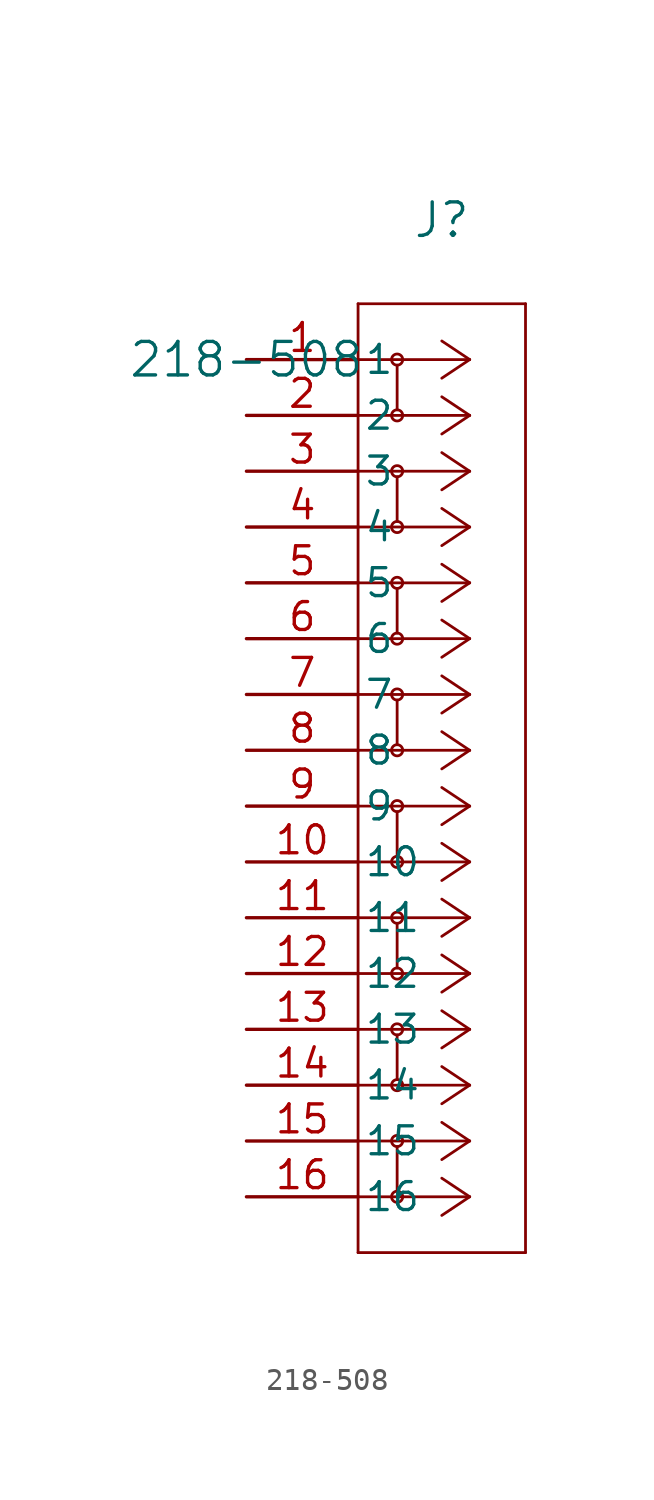
<source format=kicad_sym>
(kicad_symbol_lib
  (version 20211014)
  (generator kicad_symbol_editor)
  (symbol "218-508"
    (pin_names
      (offset 0.254))
    (property "Reference" "J"
      (at 8.89 6.35 0)
      (effects (font (size 1.524 1.524))))
    (property "Value" "218-508"
      (at 0 0 0)
      (effects (font (size 1.524 1.524))))
    (polyline
      (pts (xy 10.16 0) (xy 5.08 0))
      (stroke (width 0.127) (type default) (color 0 0 0 0))
      (fill (type none)))
    (polyline
      (pts (xy 10.16 -2.54) (xy 5.08 -2.54))
      (stroke (width 0.127) (type default) (color 0 0 0 0))
      (fill (type none)))
    (polyline
      (pts (xy 10.16 -5.08) (xy 5.08 -5.08))
      (stroke (width 0.127) (type default) (color 0 0 0 0))
      (fill (type none)))
    (polyline
      (pts (xy 10.16 -7.62) (xy 5.08 -7.62))
      (stroke (width 0.127) (type default) (color 0 0 0 0))
      (fill (type none)))
    (polyline
      (pts (xy 10.16 -5.08) (xy 8.89 -4.233))
      (stroke (width 0.127) (type default) (color 0 0 0 0))
      (fill (type none)))
    (polyline
      (pts (xy 10.16 -7.62) (xy 8.89 -6.773))
      (stroke (width 0.127) (type default) (color 0 0 0 0))
      (fill (type none)))
    (polyline
      (pts (xy 10.16 -5.08) (xy 8.89 -5.927))
      (stroke (width 0.127) (type default) (color 0 0 0 0))
      (fill (type none)))
    (polyline
      (pts (xy 10.16 -7.62) (xy 8.89 -8.467))
      (stroke (width 0.127) (type default) (color 0 0 0 0))
      (fill (type none)))
    (circle
      (center 6.858 -5.08)
      (radius 0.254)
      (stroke (width 0.127) (type default) (color 0 0 0 0))
      (fill (type none)))
    (circle
      (center 6.858 -7.62)
      (radius 0.254)
      (stroke (width 0.127) (type default) (color 0 0 0 0))
      (fill (type none)))
    (polyline
      (pts (xy 6.858 -5.334) (xy 6.858 -7.366))
      (stroke (width 0.127) (type default) (color 0 0 0 0))
      (fill (type none)))
    (polyline
      (pts (xy 10.16 -10.16) (xy 5.08 -10.16))
      (stroke (width 0.127) (type default) (color 0 0 0 0))
      (fill (type none)))
    (polyline
      (pts (xy 10.16 -12.7) (xy 5.08 -12.7))
      (stroke (width 0.127) (type default) (color 0 0 0 0))
      (fill (type none)))
    (polyline
      (pts (xy 10.16 -15.24) (xy 5.08 -15.24))
      (stroke (width 0.127) (type default) (color 0 0 0 0))
      (fill (type none)))
    (polyline
      (pts (xy 10.16 -17.78) (xy 5.08 -17.78))
      (stroke (width 0.127) (type default) (color 0 0 0 0))
      (fill (type none)))
    (polyline
      (pts (xy 10.16 -15.24) (xy 8.89 -14.393))
      (stroke (width 0.127) (type default) (color 0 0 0 0))
      (fill (type none)))
    (polyline
      (pts (xy 10.16 0) (xy 8.89 0.847))
      (stroke (width 0.127) (type default) (color 0 0 0 0))
      (fill (type none)))
    (polyline
      (pts (xy 10.16 -2.54) (xy 8.89 -1.693))
      (stroke (width 0.127) (type default) (color 0 0 0 0))
      (fill (type none)))
    (polyline
      (pts (xy 10.16 -17.78) (xy 8.89 -16.933))
      (stroke (width 0.127) (type default) (color 0 0 0 0))
      (fill (type none)))
    (polyline
      (pts (xy 10.16 -15.24) (xy 8.89 -16.087))
      (stroke (width 0.127) (type default) (color 0 0 0 0))
      (fill (type none)))
    (polyline
      (pts (xy 10.16 -17.78) (xy 8.89 -18.627))
      (stroke (width 0.127) (type default) (color 0 0 0 0))
      (fill (type none)))
    (circle
      (center 6.858 -15.24)
      (radius 0.254)
      (stroke (width 0.127) (type default) (color 0 0 0 0))
      (fill (type none)))
    (circle
      (center 6.858 -17.78)
      (radius 0.254)
      (stroke (width 0.127) (type default) (color 0 0 0 0))
      (fill (type none)))
    (polyline
      (pts (xy 6.858 -15.494) (xy 6.858 -17.526))
      (stroke (width 0.127) (type default) (color 0 0 0 0))
      (fill (type none)))
    (polyline
      (pts (xy 10.16 -10.16) (xy 8.89 -9.313))
      (stroke (width 0.127) (type default) (color 0 0 0 0))
      (fill (type none)))
    (polyline
      (pts (xy 10.16 -12.7) (xy 8.89 -11.853))
      (stroke (width 0.127) (type default) (color 0 0 0 0))
      (fill (type none)))
    (polyline
      (pts (xy 10.16 -10.16) (xy 8.89 -11.007))
      (stroke (width 0.127) (type default) (color 0 0 0 0))
      (fill (type none)))
    (polyline
      (pts (xy 10.16 -12.7) (xy 8.89 -13.547))
      (stroke (width 0.127) (type default) (color 0 0 0 0))
      (fill (type none)))
    (circle
      (center 6.858 -10.16)
      (radius 0.254)
      (stroke (width 0.127) (type default) (color 0 0 0 0))
      (fill (type none)))
    (circle
      (center 6.858 -12.7)
      (radius 0.254)
      (stroke (width 0.127) (type default) (color 0 0 0 0))
      (fill (type none)))
    (polyline
      (pts (xy 6.858 -10.414) (xy 6.858 -12.446))
      (stroke (width 0.127) (type default) (color 0 0 0 0))
      (fill (type none)))
    (polyline
      (pts (xy 10.16 -20.32) (xy 5.08 -20.32))
      (stroke (width 0.127) (type default) (color 0 0 0 0))
      (fill (type none)))
    (polyline
      (pts (xy 10.16 0) (xy 8.89 -0.847))
      (stroke (width 0.127) (type default) (color 0 0 0 0))
      (fill (type none)))
    (polyline
      (pts (xy 10.16 -2.54) (xy 8.89 -3.387))
      (stroke (width 0.127) (type default) (color 0 0 0 0))
      (fill (type none)))
    (polyline
      (pts (xy 10.16 -22.86) (xy 5.08 -22.86))
      (stroke (width 0.127) (type default) (color 0 0 0 0))
      (fill (type none)))
    (polyline
      (pts (xy 10.16 -25.4) (xy 5.08 -25.4))
      (stroke (width 0.127) (type default) (color 0 0 0 0))
      (fill (type none)))
    (polyline
      (pts (xy 10.16 -27.94) (xy 5.08 -27.94))
      (stroke (width 0.127) (type default) (color 0 0 0 0))
      (fill (type none)))
    (polyline
      (pts (xy 10.16 -25.4) (xy 8.89 -24.553))
      (stroke (width 0.127) (type default) (color 0 0 0 0))
      (fill (type none)))
    (polyline
      (pts (xy 10.16 -27.94) (xy 8.89 -27.093))
      (stroke (width 0.127) (type default) (color 0 0 0 0))
      (fill (type none)))
    (polyline
      (pts (xy 10.16 -25.4) (xy 8.89 -26.247))
      (stroke (width 0.127) (type default) (color 0 0 0 0))
      (fill (type none)))
    (polyline
      (pts (xy 10.16 -27.94) (xy 8.89 -28.787))
      (stroke (width 0.127) (type default) (color 0 0 0 0))
      (fill (type none)))
    (circle
      (center 6.858 -25.4)
      (radius 0.254)
      (stroke (width 0.127) (type default) (color 0 0 0 0))
      (fill (type none)))
    (circle
      (center 6.858 -27.94)
      (radius 0.254)
      (stroke (width 0.127) (type default) (color 0 0 0 0))
      (fill (type none)))
    (polyline
      (pts (xy 6.858 -25.654) (xy 6.858 -27.686))
      (stroke (width 0.127) (type default) (color 0 0 0 0))
      (fill (type none)))
    (polyline
      (pts (xy 10.16 -30.48) (xy 5.08 -30.48))
      (stroke (width 0.127) (type default) (color 0 0 0 0))
      (fill (type none)))
    (polyline
      (pts (xy 10.16 -33.02) (xy 5.08 -33.02))
      (stroke (width 0.127) (type default) (color 0 0 0 0))
      (fill (type none)))
    (polyline
      (pts (xy 10.16 -35.56) (xy 5.08 -35.56))
      (stroke (width 0.127) (type default) (color 0 0 0 0))
      (fill (type none)))
    (polyline
      (pts (xy 10.16 -38.1) (xy 5.08 -38.1))
      (stroke (width 0.127) (type default) (color 0 0 0 0))
      (fill (type none)))
    (polyline
      (pts (xy 5.08 2.54) (xy 5.08 -40.64))
      (stroke (width 0.127) (type default) (color 0 0 0 0))
      (fill (type none)))
    (polyline
      (pts (xy 5.08 -40.64) (xy 12.7 -40.64))
      (stroke (width 0.127) (type default) (color 0 0 0 0))
      (fill (type none)))
    (polyline
      (pts (xy 12.7 -40.64) (xy 12.7 2.54))
      (stroke (width 0.127) (type default) (color 0 0 0 0))
      (fill (type none)))
    (polyline
      (pts (xy 12.7 2.54) (xy 5.08 2.54))
      (stroke (width 0.127) (type default) (color 0 0 0 0))
      (fill (type none)))
    (circle
      (center 6.858 0)
      (radius 0.254)
      (stroke (width 0.127) (type default) (color 0 0 0 0))
      (fill (type none)))
    (circle
      (center 6.858 -2.54)
      (radius 0.254)
      (stroke (width 0.127) (type default) (color 0 0 0 0))
      (fill (type none)))
    (polyline
      (pts (xy 6.858 -0.254) (xy 6.858 -2.286))
      (stroke (width 0.127) (type default) (color 0 0 0 0))
      (fill (type none)))
    (polyline
      (pts (xy 10.16 -35.56) (xy 8.89 -34.713))
      (stroke (width 0.127) (type default) (color 0 0 0 0))
      (fill (type none)))
    (polyline
      (pts (xy 10.16 -20.32) (xy 8.89 -19.473))
      (stroke (width 0.127) (type default) (color 0 0 0 0))
      (fill (type none)))
    (polyline
      (pts (xy 10.16 -22.86) (xy 8.89 -22.013))
      (stroke (width 0.127) (type default) (color 0 0 0 0))
      (fill (type none)))
    (polyline
      (pts (xy 10.16 -38.1) (xy 8.89 -37.253))
      (stroke (width 0.127) (type default) (color 0 0 0 0))
      (fill (type none)))
    (polyline
      (pts (xy 10.16 -35.56) (xy 8.89 -36.407))
      (stroke (width 0.127) (type default) (color 0 0 0 0))
      (fill (type none)))
    (polyline
      (pts (xy 10.16 -38.1) (xy 8.89 -38.947))
      (stroke (width 0.127) (type default) (color 0 0 0 0))
      (fill (type none)))
    (circle
      (center 6.858 -35.56)
      (radius 0.254)
      (stroke (width 0.127) (type default) (color 0 0 0 0))
      (fill (type none)))
    (circle
      (center 6.858 -38.1)
      (radius 0.254)
      (stroke (width 0.127) (type default) (color 0 0 0 0))
      (fill (type none)))
    (polyline
      (pts (xy 6.858 -35.814) (xy 6.858 -37.846))
      (stroke (width 0.127) (type default) (color 0 0 0 0))
      (fill (type none)))
    (polyline
      (pts (xy 10.16 -30.48) (xy 8.89 -29.633))
      (stroke (width 0.127) (type default) (color 0 0 0 0))
      (fill (type none)))
    (polyline
      (pts (xy 10.16 -33.02) (xy 8.89 -32.173))
      (stroke (width 0.127) (type default) (color 0 0 0 0))
      (fill (type none)))
    (polyline
      (pts (xy 10.16 -30.48) (xy 8.89 -31.327))
      (stroke (width 0.127) (type default) (color 0 0 0 0))
      (fill (type none)))
    (polyline
      (pts (xy 10.16 -33.02) (xy 8.89 -33.867))
      (stroke (width 0.127) (type default) (color 0 0 0 0))
      (fill (type none)))
    (circle
      (center 6.858 -30.48)
      (radius 0.254)
      (stroke (width 0.127) (type default) (color 0 0 0 0))
      (fill (type none)))
    (circle
      (center 6.858 -33.02)
      (radius 0.254)
      (stroke (width 0.127) (type default) (color 0 0 0 0))
      (fill (type none)))
    (polyline
      (pts (xy 6.858 -30.734) (xy 6.858 -32.766))
      (stroke (width 0.127) (type default) (color 0 0 0 0))
      (fill (type none)))
    (polyline
      (pts (xy 10.16 -20.32) (xy 8.89 -21.167))
      (stroke (width 0.127) (type default) (color 0 0 0 0))
      (fill (type none)))
    (polyline
      (pts (xy 10.16 -22.86) (xy 8.89 -23.707))
      (stroke (width 0.127) (type default) (color 0 0 0 0))
      (fill (type none)))
    (circle
      (center 6.858 -20.32)
      (radius 0.254)
      (stroke (width 0.127) (type default) (color 0 0 0 0))
      (fill (type none)))
    (circle
      (center 6.858 -22.86)
      (radius 0.254)
      (stroke (width 0.127) (type default) (color 0 0 0 0))
      (fill (type none)))
    (polyline
      (pts (xy 6.858 -20.574) (xy 6.858 -22.606))
      (stroke (width 0.127) (type default) (color 0 0 0 0))
      (fill (type none)))
    (pin unspecified line
      (at 0 0 0)
      (length 5.08)
      (name "1" (effects (font (size 1.27 1.27))))
      (number "1" (effects (font (size 1.27 1.27)))))
    (pin unspecified line
      (at 0 -2.54 0)
      (length 5.08)
      (name "2" (effects (font (size 1.27 1.27))))
      (number "2" (effects (font (size 1.27 1.27)))))
    (pin unspecified line
      (at 0 -5.08 0)
      (length 5.08)
      (name "3" (effects (font (size 1.27 1.27))))
      (number "3" (effects (font (size 1.27 1.27)))))
    (pin unspecified line
      (at 0 -7.62 0)
      (length 5.08)
      (name "4" (effects (font (size 1.27 1.27))))
      (number "4" (effects (font (size 1.27 1.27)))))
    (pin unspecified line
      (at 0 -10.16 0)
      (length 5.08)
      (name "5" (effects (font (size 1.27 1.27))))
      (number "5" (effects (font (size 1.27 1.27)))))
    (pin unspecified line
      (at 0 -12.7 0)
      (length 5.08)
      (name "6" (effects (font (size 1.27 1.27))))
      (number "6" (effects (font (size 1.27 1.27)))))
    (pin unspecified line
      (at 0 -15.24 0)
      (length 5.08)
      (name "7" (effects (font (size 1.27 1.27))))
      (number "7" (effects (font (size 1.27 1.27)))))
    (pin unspecified line
      (at 0 -17.78 0)
      (length 5.08)
      (name "8" (effects (font (size 1.27 1.27))))
      (number "8" (effects (font (size 1.27 1.27)))))
    (pin unspecified line
      (at 0 -20.32 0)
      (length 5.08)
      (name "9" (effects (font (size 1.27 1.27))))
      (number "9" (effects (font (size 1.27 1.27)))))
    (pin unspecified line
      (at 0 -22.86 0)
      (length 5.08)
      (name "10" (effects (font (size 1.27 1.27))))
      (number "10" (effects (font (size 1.27 1.27)))))
    (pin unspecified line
      (at 0 -25.4 0)
      (length 5.08)
      (name "11" (effects (font (size 1.27 1.27))))
      (number "11" (effects (font (size 1.27 1.27)))))
    (pin unspecified line
      (at 0 -27.94 0)
      (length 5.08)
      (name "12" (effects (font (size 1.27 1.27))))
      (number "12" (effects (font (size 1.27 1.27)))))
    (pin unspecified line
      (at 0 -30.48 0)
      (length 5.08)
      (name "13" (effects (font (size 1.27 1.27))))
      (number "13" (effects (font (size 1.27 1.27)))))
    (pin unspecified line
      (at 0 -33.02 0)
      (length 5.08)
      (name "14" (effects (font (size 1.27 1.27))))
      (number "14" (effects (font (size 1.27 1.27)))))
    (pin unspecified line
      (at 0 -35.56 0)
      (length 5.08)
      (name "15" (effects (font (size 1.27 1.27))))
      (number "15" (effects (font (size 1.27 1.27)))))
    (pin unspecified line
      (at 0 -38.1 0)
      (length 5.08)
      (name "16" (effects (font (size 1.27 1.27))))
      (number "16" (effects (font (size 1.27 1.27)))))))
</source>
